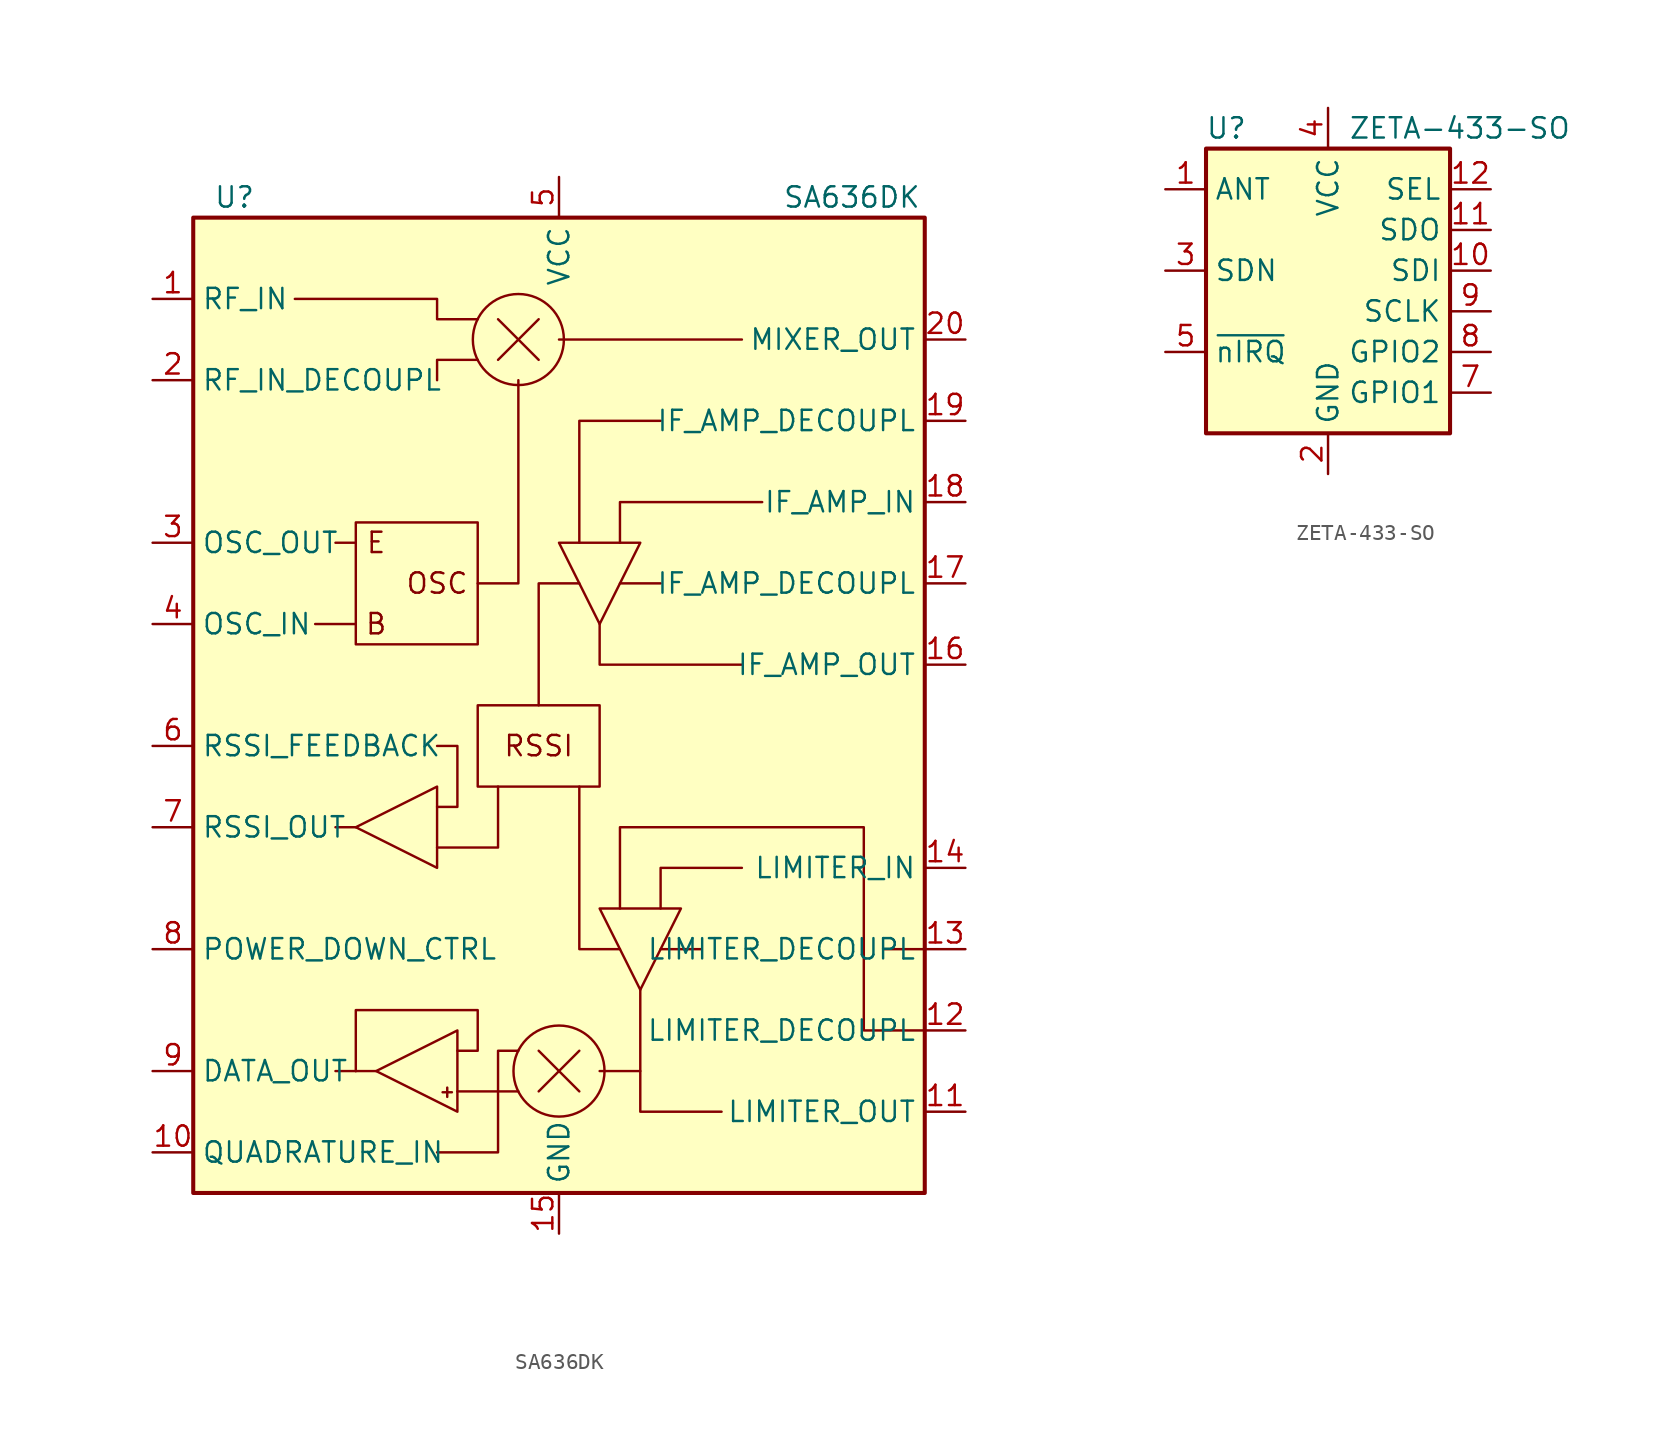
<source format=kicad_sym>
(kicad_symbol_lib
  (version 20201005)
  (generator kicad_symbol_editor)
  (symbol "SA636DK"
    (property "Reference" "U"
      (at -21.59 31.75 0)
      (effects (font (size 1.27 1.27)) (justify left)))
    (property "Value" "SA636DK"
      (at 13.97 31.75 0)
      (effects (font (size 1.27 1.27)) (justify left)))
    (symbol "SA636DK_0_0"
      (text "+" (at -6.985 -24.13 0) (effects (font (size 0.762 0.762))))
      (text "B" (at -11.43 5.08 0) (effects (font (size 1.27 1.27))))
      (text "E" (at -11.43 10.16 0) (effects (font (size 1.27 1.27))))
      (text "OSC" (at -7.62 7.62 0) (effects (font (size 1.27 1.27))))
      (text "RSSI" (at -1.27 -2.54 0) (effects (font (size 1.27 1.27))))
      (rectangle (start -12.7 11.43) (end -5.08 3.81) (stroke (width 0)) (fill (type none)))
      (rectangle (start -5.08 0) (end 2.54 -5.08) (stroke (width 0)) (fill (type none)))
      (polyline (pts (xy -15.24 5.08) (xy -12.7 5.08)) (stroke (width 0)) (fill (type none)))
      (polyline (pts (xy -13.97 -22.86) (xy -12.7 -22.86)) (stroke (width 0)) (fill (type none)))
      (polyline (pts (xy -13.97 -7.62) (xy -12.7 -7.62)) (stroke (width 0)) (fill (type none)))
      (polyline (pts (xy -13.97 10.16) (xy -12.7 10.16)) (stroke (width 0)) (fill (type none)))
      (polyline (pts (xy -11.43 -22.86) (xy -12.7 -22.86)) (stroke (width 0)) (fill (type none)))
      (polyline (pts (xy -6.35 -24.13) (xy -2.54 -24.13)) (stroke (width 0)) (fill (type none)))
      (polyline (pts (xy -7.62 -8.89) (xy -3.81 -8.89) (xy -3.81 -5.08)) (stroke (width 0)) (fill (type none)))
      (polyline (pts (xy -1.27 0) (xy -1.27 7.62) (xy 1.27 7.62)) (stroke (width 0)) (fill (type none)))
      (polyline (pts (xy 2.54 5.08) (xy 2.54 2.54) (xy 11.43 2.54)) (stroke (width 0)) (fill (type none)))
      (polyline (pts (xy 5.08 -17.78) (xy 5.08 -25.4) (xy 10.16 -25.4)) (stroke (width 0)) (fill (type none)))
      (polyline (pts (xy 0 10.16) (xy 5.08 10.16) (xy 2.54 5.08) (xy 0 10.16)) (stroke (width 0)) (fill (type none)))
      (polyline (pts (xy 2.54 -12.7) (xy 7.62 -12.7) (xy 5.08 -17.78) (xy 2.54 -12.7)) (stroke (width 0)) (fill (type none)))
      (polyline (pts (xy 22.86 -20.32) (xy 19.05 -20.32) (xy 19.05 -7.62) (xy 3.81 -7.62) (xy 3.81 -12.7)) (stroke (width 0)) (fill (type none))))
    (symbol "SA636DK_0_1"
      (circle (center -2.54 22.86) (radius 2.845) (stroke (width 0)) (fill (type none)))
      (circle (center 0 -22.86) (radius 2.845) (stroke (width 0)) (fill (type none)))
      (rectangle (start -22.86 30.48) (end 22.86 -30.48) (stroke (width 0.254)) (fill (type background)))
      (polyline (pts (xy -3.81 21.59) (xy -1.27 24.13)) (stroke (width 0)) (fill (type none)))
      (polyline (pts (xy -3.81 24.13) (xy -1.27 21.59)) (stroke (width 0)) (fill (type none)))
      (polyline (pts (xy -1.27 -24.13) (xy 1.27 -21.59)) (stroke (width 0)) (fill (type none)))
      (polyline (pts (xy -1.27 -21.59) (xy 1.27 -24.13)) (stroke (width 0)) (fill (type none)))
      (polyline (pts (xy 2.54 -22.86) (xy 5.08 -22.86)) (stroke (width 0)) (fill (type none)))
      (polyline (pts (xy 6.35 -15.24) (xy 8.89 -15.24)) (stroke (width 0)) (fill (type none)))
      (polyline (pts (xy 6.35 7.62) (xy 3.81 7.62)) (stroke (width 0)) (fill (type none)))
      (polyline (pts (xy 11.43 22.86) (xy 0 22.86)) (stroke (width 0)) (fill (type none)))
      (polyline (pts (xy 22.86 -15.24) (xy 20.32 -15.24)) (stroke (width 0)) (fill (type none)))
      (polyline (pts (xy -7.62 20.32) (xy -7.62 21.59) (xy -5.08 21.59)) (stroke (width 0)) (fill (type none)))
      (polyline (pts (xy -2.54 20.32) (xy -2.54 7.62) (xy -5.08 7.62)) (stroke (width 0)) (fill (type none)))
      (polyline (pts (xy 1.27 -5.08) (xy 1.27 -15.24) (xy 3.81 -15.24)) (stroke (width 0)) (fill (type none)))
      (polyline (pts (xy 6.35 17.78) (xy 1.27 17.78) (xy 1.27 10.16)) (stroke (width 0)) (fill (type none)))
      (polyline (pts (xy 11.43 -10.16) (xy 6.35 -10.16) (xy 6.35 -12.7)) (stroke (width 0)) (fill (type none)))
      (polyline (pts (xy 12.7 12.7) (xy 3.81 12.7) (xy 3.81 10.16)) (stroke (width 0)) (fill (type none)))
      (polyline (pts (xy -16.51 25.4) (xy -7.62 25.4) (xy -7.62 24.13) (xy -5.08 24.13)) (stroke (width 0)) (fill (type none)))
      (polyline (pts (xy -7.62 -27.94) (xy -3.81 -27.94) (xy -3.81 -21.59) (xy -2.54 -21.59)) (stroke (width 0)) (fill (type none)))
      (polyline (pts (xy -7.62 -2.54) (xy -6.35 -2.54) (xy -6.35 -6.35) (xy -7.62 -6.35)) (stroke (width 0)) (fill (type none)))
      (polyline (pts (xy -6.35 -21.59) (xy -5.08 -21.59) (xy -5.08 -19.05) (xy -11.43 -19.05) (xy -12.7 -19.05) (xy -12.7 -22.86)) (stroke (width 0)) (fill (type none))))
    (symbol "SA636DK_1_0"
      (polyline (pts (xy -7.62 -5.08) (xy -7.62 -10.16) (xy -12.7 -7.62) (xy -7.62 -5.08)) (stroke (width 0)) (fill (type none)))
      (polyline (pts (xy -6.35 -20.32) (xy -6.35 -25.4) (xy -11.43 -22.86) (xy -6.35 -20.32)) (stroke (width 0)) (fill (type none))))
    (symbol "SA636DK_1_1"
      (pin input line (at -25.4 25.4 0) (length 2.54) (name "RF_IN" (effects (font (size 1.27 1.27)))) (number "1" (effects (font (size 1.27 1.27)))))
      (pin input line (at -25.4 -27.94 0) (length 2.54) (name "QUADRATURE_IN" (effects (font (size 1.27 1.27)))) (number "10" (effects (font (size 1.27 1.27)))))
      (pin output line (at 25.4 -25.4 180) (length 2.54) (name "LIMITER_OUT" (effects (font (size 1.27 1.27)))) (number "11" (effects (font (size 1.27 1.27)))))
      (pin passive line (at 25.4 -20.32 180) (length 2.54) (name "LIMITER_DECOUPL" (effects (font (size 1.27 1.27)))) (number "12" (effects (font (size 1.27 1.27)))))
      (pin passive line (at 25.4 -15.24 180) (length 2.54) (name "LIMITER_DECOUPL" (effects (font (size 1.27 1.27)))) (number "13" (effects (font (size 1.27 1.27)))))
      (pin input line (at 25.4 -10.16 180) (length 2.54) (name "LIMITER_IN" (effects (font (size 1.27 1.27)))) (number "14" (effects (font (size 1.27 1.27)))))
      (pin power_in line (at 0 -33.02 90) (length 2.54) (name "GND" (effects (font (size 1.27 1.27)))) (number "15" (effects (font (size 1.27 1.27)))))
      (pin output line (at 25.4 2.54 180) (length 2.54) (name "IF_AMP_OUT" (effects (font (size 1.27 1.27)))) (number "16" (effects (font (size 1.27 1.27)))))
      (pin passive line (at 25.4 7.62 180) (length 2.54) (name "IF_AMP_DECOUPL" (effects (font (size 1.27 1.27)))) (number "17" (effects (font (size 1.27 1.27)))))
      (pin input line (at 25.4 12.7 180) (length 2.54) (name "IF_AMP_IN" (effects (font (size 1.27 1.27)))) (number "18" (effects (font (size 1.27 1.27)))))
      (pin passive line (at 25.4 17.78 180) (length 2.54) (name "IF_AMP_DECOUPL" (effects (font (size 1.27 1.27)))) (number "19" (effects (font (size 1.27 1.27)))))
      (pin passive line (at -25.4 20.32 0) (length 2.54) (name "RF_IN_DECOUPL" (effects (font (size 1.27 1.27)))) (number "2" (effects (font (size 1.27 1.27)))))
      (pin output line (at 25.4 22.86 180) (length 2.54) (name "MIXER_OUT" (effects (font (size 1.27 1.27)))) (number "20" (effects (font (size 1.27 1.27)))))
      (pin output line (at -25.4 10.16 0) (length 2.54) (name "OSC_OUT" (effects (font (size 1.27 1.27)))) (number "3" (effects (font (size 1.27 1.27)))))
      (pin input line (at -25.4 5.08 0) (length 2.54) (name "OSC_IN" (effects (font (size 1.27 1.27)))) (number "4" (effects (font (size 1.27 1.27)))))
      (pin power_in line (at 0 33.02 270) (length 2.54) (name "VCC" (effects (font (size 1.27 1.27)))) (number "5" (effects (font (size 1.27 1.27)))))
      (pin input line (at -25.4 -2.54 0) (length 2.54) (name "RSSI_FEEDBACK" (effects (font (size 1.27 1.27)))) (number "6" (effects (font (size 1.27 1.27)))))
      (pin output line (at -25.4 -7.62 0) (length 2.54) (name "RSSI_OUT" (effects (font (size 1.27 1.27)))) (number "7" (effects (font (size 1.27 1.27)))))
      (pin input line (at -25.4 -15.24 0) (length 2.54) (name "POWER_DOWN_CTRL" (effects (font (size 1.27 1.27)))) (number "8" (effects (font (size 1.27 1.27)))))
      (pin output line (at -25.4 -22.86 0) (length 2.54) (name "DATA_OUT" (effects (font (size 1.27 1.27)))) (number "9" (effects (font (size 1.27 1.27)))))))
  (symbol "ZETA-433-SO"
    (property "Reference" "U"
      (at -6.35 8.89 0)
      (effects (font (size 1.27 1.27))))
    (property "Value" "ZETA-433-SO"
      (at 1.27 8.89 0)
      (effects (font (size 1.27 1.27)) (justify left)))
    (symbol "ZETA-433-SO_0_1"
      (rectangle (start 7.62 -10.16) (end -7.62 7.62) (stroke (width 0.254)) (fill (type background))))
    (symbol "ZETA-433-SO_1_1"
      (pin bidirectional line (at -10.16 5.08 0) (length 2.54) (name "ANT" (effects (font (size 1.27 1.27)))) (number "1" (effects (font (size 1.27 1.27)))))
      (pin input line (at 10.16 0 180) (length 2.54) (name "SDI" (effects (font (size 1.27 1.27)))) (number "10" (effects (font (size 1.27 1.27)))))
      (pin output line (at 10.16 2.54 180) (length 2.54) (name "SDO" (effects (font (size 1.27 1.27)))) (number "11" (effects (font (size 1.27 1.27)))))
      (pin input line (at 10.16 5.08 180) (length 2.54) (name "SEL" (effects (font (size 1.27 1.27)))) (number "12" (effects (font (size 1.27 1.27)))))
      (pin power_in line (at 0 -12.7 90) (length 2.54) (name "GND" (effects (font (size 1.27 1.27)))) (number "2" (effects (font (size 1.27 1.27)))))
      (pin input line (at -10.16 0 0) (length 2.54) (name "SDN" (effects (font (size 1.27 1.27)))) (number "3" (effects (font (size 1.27 1.27)))))
      (pin power_in line (at 0 10.16 270) (length 2.54) (name "VCC" (effects (font (size 1.27 1.27)))) (number "4" (effects (font (size 1.27 1.27)))))
      (pin output line (at -10.16 -5.08 0) (length 2.54) (name "~nIRQ" (effects (font (size 1.27 1.27)))) (number "5" (effects (font (size 1.27 1.27)))))
      (pin no_connect line (at -7.62 -7.62 0) (length 2.54) hide (name "NC" (effects (font (size 1.27 1.27)))) (number "6" (effects (font (size 1.27 1.27)))))
      (pin bidirectional line (at 10.16 -7.62 180) (length 2.54) (name "GPIO1" (effects (font (size 1.27 1.27)))) (number "7" (effects (font (size 1.27 1.27)))))
      (pin bidirectional line (at 10.16 -5.08 180) (length 2.54) (name "GPIO2" (effects (font (size 1.27 1.27)))) (number "8" (effects (font (size 1.27 1.27)))))
      (pin input line (at 10.16 -2.54 180) (length 2.54) (name "SCLK" (effects (font (size 1.27 1.27)))) (number "9" (effects (font (size 1.27 1.27))))))))
</source>
